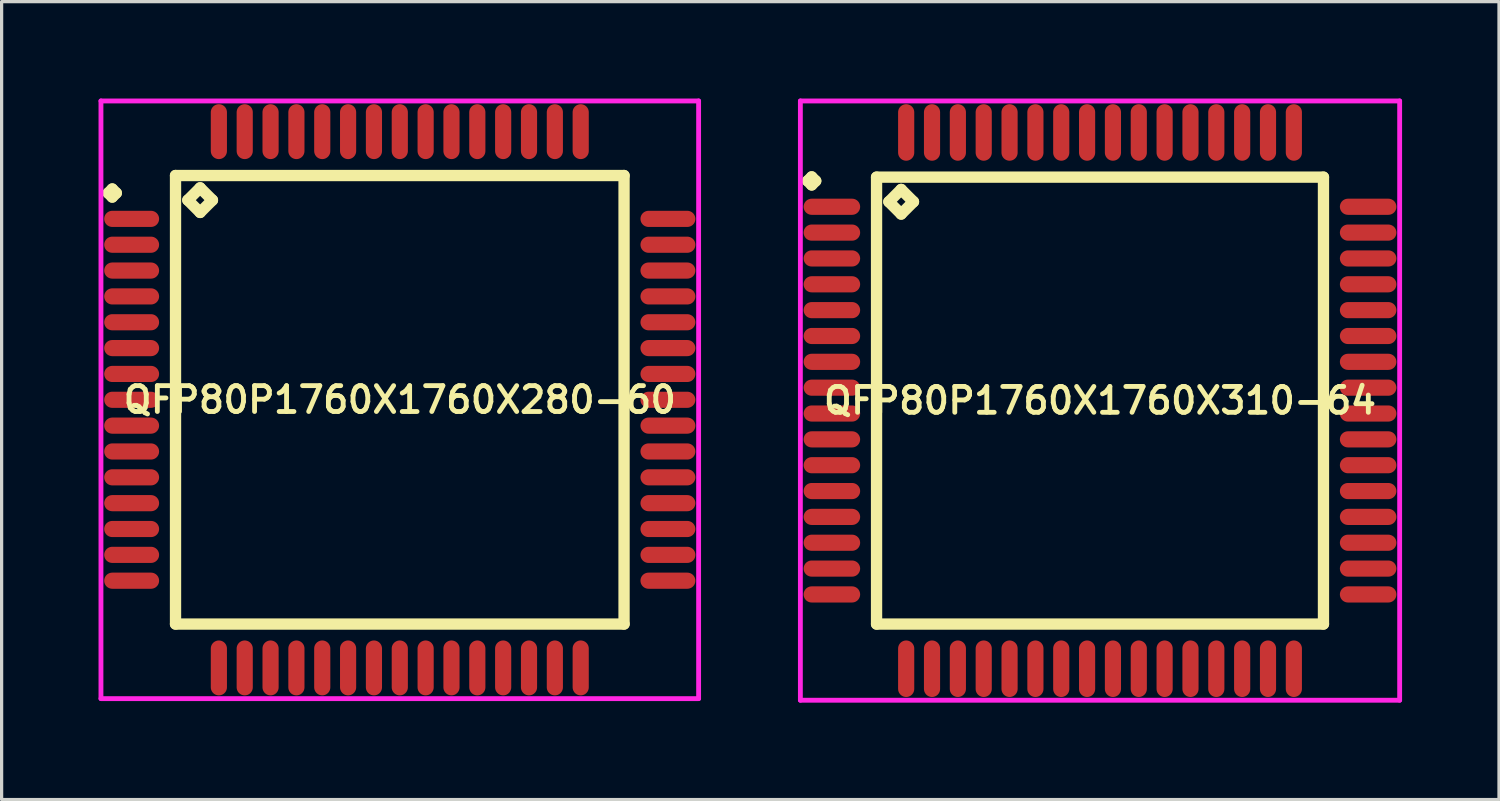
<source format=kicad_pcb>
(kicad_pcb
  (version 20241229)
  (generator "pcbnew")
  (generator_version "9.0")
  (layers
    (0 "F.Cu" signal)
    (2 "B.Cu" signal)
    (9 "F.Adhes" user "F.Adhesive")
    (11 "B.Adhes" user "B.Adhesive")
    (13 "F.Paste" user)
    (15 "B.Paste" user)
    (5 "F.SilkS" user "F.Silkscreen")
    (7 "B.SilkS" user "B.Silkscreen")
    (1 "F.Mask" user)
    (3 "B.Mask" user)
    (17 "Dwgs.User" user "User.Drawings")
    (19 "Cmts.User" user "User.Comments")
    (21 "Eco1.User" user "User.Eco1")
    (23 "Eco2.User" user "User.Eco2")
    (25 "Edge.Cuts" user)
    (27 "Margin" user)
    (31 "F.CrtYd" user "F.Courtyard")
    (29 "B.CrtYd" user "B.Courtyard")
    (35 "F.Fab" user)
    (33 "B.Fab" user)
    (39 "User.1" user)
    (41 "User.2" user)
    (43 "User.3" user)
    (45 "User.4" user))
  (footprint "QFP80P1760X1760X280-60"
    (layer "F.Cu")
    (at 9.325 9.325)
    (property "Reference" "QFP80P1760X1760X280-60" (at 0 0 0) (layer "F.SilkS") (effects (font (size 0.8 0.8) (thickness 0.15))))
    (attr smd)
    (fp_line (start -9.025 -6.4) (end -8.9 -6.525) (stroke (width 0.35) (type solid)) (layer "F.SilkS"))
    (fp_line (start -8.9 -6.525) (end -8.775 -6.4) (stroke (width 0.35) (type solid)) (layer "F.SilkS"))
    (fp_line (start -8.9 -6.275) (end -9.025 -6.4) (stroke (width 0.35) (type solid)) (layer "F.SilkS"))
    (fp_line (start -8.775 -6.4) (end -8.9 -6.275) (stroke (width 0.35) (type solid)) (layer "F.SilkS"))
    (fp_line (start -6.942 -6.942) (end -6.942 6.942) (stroke (width 0.35) (type solid)) (layer "F.SilkS"))
    (fp_line (start -6.942 6.942) (end 6.942 6.942) (stroke (width 0.35) (type solid)) (layer "F.SilkS"))
    (fp_line (start -6.561 -6.18) (end -6.18 -6.561) (stroke (width 0.35) (type solid)) (layer "F.SilkS"))
    (fp_line (start -6.18 -6.561) (end -5.799 -6.18) (stroke (width 0.35) (type solid)) (layer "F.SilkS"))
    (fp_line (start -6.18 -5.799) (end -6.561 -6.18) (stroke (width 0.35) (type solid)) (layer "F.SilkS"))
    (fp_line (start -5.799 -6.18) (end -6.18 -5.799) (stroke (width 0.35) (type solid)) (layer "F.SilkS"))
    (fp_line (start 6.942 -6.942) (end -6.942 -6.942) (stroke (width 0.35) (type solid)) (layer "F.SilkS"))
    (fp_line (start 6.942 6.942) (end 6.942 -6.942) (stroke (width 0.35) (type solid)) (layer "F.SilkS"))
    (fp_line (start -9.25 -9.25) (end 9.25 -9.25) (stroke (width 0.15) (type solid)) (layer "F.CrtYd"))
    (fp_line (start -9.25 9.25) (end -9.25 -9.25) (stroke (width 0.15) (type solid)) (layer "F.CrtYd"))
    (fp_line (start 9.25 -9.25) (end 9.25 9.25) (stroke (width 0.15) (type solid)) (layer "F.CrtYd"))
    (fp_line (start 9.25 9.25) (end -9.25 9.25) (stroke (width 0.15) (type solid)) (layer "F.CrtYd"))
    (pad "1" smd oval (at -8.3 -5.6) (size 1.7 0.5) (layers "F.Cu" "F.Mask" "F.Paste"))
    (pad "2" smd oval (at -8.3 -4.8) (size 1.7 0.5) (layers "F.Cu" "F.Mask" "F.Paste"))
    (pad "3" smd oval (at -8.3 -4) (size 1.7 0.5) (layers "F.Cu" "F.Mask" "F.Paste"))
    (pad "4" smd oval (at -8.3 -3.2) (size 1.7 0.5) (layers "F.Cu" "F.Mask" "F.Paste"))
    (pad "5" smd oval (at -8.3 -2.4) (size 1.7 0.5) (layers "F.Cu" "F.Mask" "F.Paste"))
    (pad "6" smd oval (at -8.3 -1.6) (size 1.7 0.5) (layers "F.Cu" "F.Mask" "F.Paste"))
    (pad "7" smd oval (at -8.3 -0.8) (size 1.7 0.5) (layers "F.Cu" "F.Mask" "F.Paste"))
    (pad "8" smd oval (at -8.3 0) (size 1.7 0.5) (layers "F.Cu" "F.Mask" "F.Paste"))
    (pad "9" smd oval (at -8.3 0.8) (size 1.7 0.5) (layers "F.Cu" "F.Mask" "F.Paste"))
    (pad "10" smd oval (at -8.3 1.6) (size 1.7 0.5) (layers "F.Cu" "F.Mask" "F.Paste"))
    (pad "11" smd oval (at -8.3 2.4) (size 1.7 0.5) (layers "F.Cu" "F.Mask" "F.Paste"))
    (pad "12" smd oval (at -8.3 3.2) (size 1.7 0.5) (layers "F.Cu" "F.Mask" "F.Paste"))
    (pad "13" smd oval (at -8.3 4) (size 1.7 0.5) (layers "F.Cu" "F.Mask" "F.Paste"))
    (pad "14" smd oval (at -8.3 4.8) (size 1.7 0.5) (layers "F.Cu" "F.Mask" "F.Paste"))
    (pad "15" smd oval (at -8.3 5.6) (size 1.7 0.5) (layers "F.Cu" "F.Mask" "F.Paste"))
    (pad "16" smd oval (at -5.6 8.3) (size 0.5 1.7) (layers "F.Cu" "F.Mask" "F.Paste"))
    (pad "17" smd oval (at -4.8 8.3) (size 0.5 1.7) (layers "F.Cu" "F.Mask" "F.Paste"))
    (pad "18" smd oval (at -4 8.3) (size 0.5 1.7) (layers "F.Cu" "F.Mask" "F.Paste"))
    (pad "19" smd oval (at -3.2 8.3) (size 0.5 1.7) (layers "F.Cu" "F.Mask" "F.Paste"))
    (pad "20" smd oval (at -2.4 8.3) (size 0.5 1.7) (layers "F.Cu" "F.Mask" "F.Paste"))
    (pad "21" smd oval (at -1.6 8.3) (size 0.5 1.7) (layers "F.Cu" "F.Mask" "F.Paste"))
    (pad "22" smd oval (at -0.8 8.3) (size 0.5 1.7) (layers "F.Cu" "F.Mask" "F.Paste"))
    (pad "23" smd oval (at 0 8.3) (size 0.5 1.7) (layers "F.Cu" "F.Mask" "F.Paste"))
    (pad "24" smd oval (at 0.8 8.3) (size 0.5 1.7) (layers "F.Cu" "F.Mask" "F.Paste"))
    (pad "25" smd oval (at 1.6 8.3) (size 0.5 1.7) (layers "F.Cu" "F.Mask" "F.Paste"))
    (pad "26" smd oval (at 2.4 8.3) (size 0.5 1.7) (layers "F.Cu" "F.Mask" "F.Paste"))
    (pad "27" smd oval (at 3.2 8.3) (size 0.5 1.7) (layers "F.Cu" "F.Mask" "F.Paste"))
    (pad "28" smd oval (at 4 8.3) (size 0.5 1.7) (layers "F.Cu" "F.Mask" "F.Paste"))
    (pad "29" smd oval (at 4.8 8.3) (size 0.5 1.7) (layers "F.Cu" "F.Mask" "F.Paste"))
    (pad "30" smd oval (at 5.6 8.3) (size 0.5 1.7) (layers "F.Cu" "F.Mask" "F.Paste"))
    (pad "31" smd oval (at 8.3 5.6) (size 1.7 0.5) (layers "F.Cu" "F.Mask" "F.Paste"))
    (pad "32" smd oval (at 8.3 4.8) (size 1.7 0.5) (layers "F.Cu" "F.Mask" "F.Paste"))
    (pad "33" smd oval (at 8.3 4) (size 1.7 0.5) (layers "F.Cu" "F.Mask" "F.Paste"))
    (pad "34" smd oval (at 8.3 3.2) (size 1.7 0.5) (layers "F.Cu" "F.Mask" "F.Paste"))
    (pad "35" smd oval (at 8.3 2.4) (size 1.7 0.5) (layers "F.Cu" "F.Mask" "F.Paste"))
    (pad "36" smd oval (at 8.3 1.6) (size 1.7 0.5) (layers "F.Cu" "F.Mask" "F.Paste"))
    (pad "37" smd oval (at 8.3 0.8) (size 1.7 0.5) (layers "F.Cu" "F.Mask" "F.Paste"))
    (pad "38" smd oval (at 8.3 0) (size 1.7 0.5) (layers "F.Cu" "F.Mask" "F.Paste"))
    (pad "39" smd oval (at 8.3 -0.8) (size 1.7 0.5) (layers "F.Cu" "F.Mask" "F.Paste"))
    (pad "40" smd oval (at 8.3 -1.6) (size 1.7 0.5) (layers "F.Cu" "F.Mask" "F.Paste"))
    (pad "41" smd oval (at 8.3 -2.4) (size 1.7 0.5) (layers "F.Cu" "F.Mask" "F.Paste"))
    (pad "42" smd oval (at 8.3 -3.2) (size 1.7 0.5) (layers "F.Cu" "F.Mask" "F.Paste"))
    (pad "43" smd oval (at 8.3 -4) (size 1.7 0.5) (layers "F.Cu" "F.Mask" "F.Paste"))
    (pad "44" smd oval (at 8.3 -4.8) (size 1.7 0.5) (layers "F.Cu" "F.Mask" "F.Paste"))
    (pad "45" smd oval (at 8.3 -5.6) (size 1.7 0.5) (layers "F.Cu" "F.Mask" "F.Paste"))
    (pad "46" smd oval (at 5.6 -8.3) (size 0.5 1.7) (layers "F.Cu" "F.Mask" "F.Paste"))
    (pad "47" smd oval (at 4.8 -8.3) (size 0.5 1.7) (layers "F.Cu" "F.Mask" "F.Paste"))
    (pad "48" smd oval (at 4 -8.3) (size 0.5 1.7) (layers "F.Cu" "F.Mask" "F.Paste"))
    (pad "49" smd oval (at 3.2 -8.3) (size 0.5 1.7) (layers "F.Cu" "F.Mask" "F.Paste"))
    (pad "50" smd oval (at 2.4 -8.3) (size 0.5 1.7) (layers "F.Cu" "F.Mask" "F.Paste"))
    (pad "51" smd oval (at 1.6 -8.3) (size 0.5 1.7) (layers "F.Cu" "F.Mask" "F.Paste"))
    (pad "52" smd oval (at 0.8 -8.3) (size 0.5 1.7) (layers "F.Cu" "F.Mask" "F.Paste"))
    (pad "53" smd oval (at 0 -8.3) (size 0.5 1.7) (layers "F.Cu" "F.Mask" "F.Paste"))
    (pad "54" smd oval (at -0.8 -8.3) (size 0.5 1.7) (layers "F.Cu" "F.Mask" "F.Paste"))
    (pad "55" smd oval (at -1.6 -8.3) (size 0.5 1.7) (layers "F.Cu" "F.Mask" "F.Paste"))
    (pad "56" smd oval (at -2.4 -8.3) (size 0.5 1.7) (layers "F.Cu" "F.Mask" "F.Paste"))
    (pad "57" smd oval (at -3.2 -8.3) (size 0.5 1.7) (layers "F.Cu" "F.Mask" "F.Paste"))
    (pad "58" smd oval (at -4 -8.3) (size 0.5 1.7) (layers "F.Cu" "F.Mask" "F.Paste"))
    (pad "59" smd oval (at -4.8 -8.3) (size 0.5 1.7) (layers "F.Cu" "F.Mask" "F.Paste"))
    (pad "60" smd oval (at -5.6 -8.3) (size 0.5 1.7) (layers "F.Cu" "F.Mask" "F.Paste")))
  (footprint "QFP80P1760X1760X310-64"
    (layer "F.Cu")
    (at 31 9.35)
    (property "Reference" "QFP80P1760X1760X310-64" (at 0 0 0) (layer "F.SilkS") (effects (font (size 0.8 0.8) (thickness 0.15))))
    (attr through_hole)
    (fp_line (start -9.05 -6.8) (end -8.925 -6.925) (stroke (width 0.35) (type solid)) (layer "F.SilkS"))
    (fp_line (start -8.925 -6.925) (end -8.8 -6.8) (stroke (width 0.35) (type solid)) (layer "F.SilkS"))
    (fp_line (start -8.925 -6.675) (end -9.05 -6.8) (stroke (width 0.35) (type solid)) (layer "F.SilkS"))
    (fp_line (start -8.8 -6.8) (end -8.925 -6.675) (stroke (width 0.35) (type solid)) (layer "F.SilkS"))
    (fp_line (start -6.917 -6.917) (end -6.917 6.917) (stroke (width 0.35) (type solid)) (layer "F.SilkS"))
    (fp_line (start -6.917 6.917) (end 6.917 6.917) (stroke (width 0.35) (type solid)) (layer "F.SilkS"))
    (fp_line (start -6.536 -6.155) (end -6.155 -6.536) (stroke (width 0.35) (type solid)) (layer "F.SilkS"))
    (fp_line (start -6.155 -6.536) (end -5.774 -6.155) (stroke (width 0.35) (type solid)) (layer "F.SilkS"))
    (fp_line (start -6.155 -5.774) (end -6.536 -6.155) (stroke (width 0.35) (type solid)) (layer "F.SilkS"))
    (fp_line (start -5.774 -6.155) (end -6.155 -5.774) (stroke (width 0.35) (type solid)) (layer "F.SilkS"))
    (fp_line (start 6.917 -6.917) (end -6.917 -6.917) (stroke (width 0.35) (type solid)) (layer "F.SilkS"))
    (fp_line (start 6.917 6.917) (end 6.917 -6.917) (stroke (width 0.35) (type solid)) (layer "F.SilkS"))
    (fp_line (start -9.275 -9.275) (end 9.275 -9.275) (stroke (width 0.15) (type solid)) (layer "F.CrtYd"))
    (fp_line (start -9.275 9.275) (end -9.275 -9.275) (stroke (width 0.15) (type solid)) (layer "F.CrtYd"))
    (fp_line (start 9.275 -9.275) (end 9.275 9.275) (stroke (width 0.15) (type solid)) (layer "F.CrtYd"))
    (fp_line (start 9.275 9.275) (end -9.275 9.275) (stroke (width 0.15) (type solid)) (layer "F.CrtYd"))
    (pad "1" smd oval (at -8.3 -6) (size 1.75 0.5) (layers "F.Cu" "F.Mask" "F.Paste"))
    (pad "2" smd oval (at -8.3 -5.2) (size 1.75 0.5) (layers "F.Cu" "F.Mask" "F.Paste"))
    (pad "3" smd oval (at -8.3 -4.4) (size 1.75 0.5) (layers "F.Cu" "F.Mask" "F.Paste"))
    (pad "4" smd oval (at -8.3 -3.6) (size 1.75 0.5) (layers "F.Cu" "F.Mask" "F.Paste"))
    (pad "5" smd oval (at -8.3 -2.8) (size 1.75 0.5) (layers "F.Cu" "F.Mask" "F.Paste"))
    (pad "6" smd oval (at -8.3 -2) (size 1.75 0.5) (layers "F.Cu" "F.Mask" "F.Paste"))
    (pad "7" smd oval (at -8.3 -1.2) (size 1.75 0.5) (layers "F.Cu" "F.Mask" "F.Paste"))
    (pad "8" smd oval (at -8.3 -0.4) (size 1.75 0.5) (layers "F.Cu" "F.Mask" "F.Paste"))
    (pad "9" smd oval (at -8.3 0.4) (size 1.75 0.5) (layers "F.Cu" "F.Mask" "F.Paste"))
    (pad "10" smd oval (at -8.3 1.2) (size 1.75 0.5) (layers "F.Cu" "F.Mask" "F.Paste"))
    (pad "11" smd oval (at -8.3 2) (size 1.75 0.5) (layers "F.Cu" "F.Mask" "F.Paste"))
    (pad "12" smd oval (at -8.3 2.8) (size 1.75 0.5) (layers "F.Cu" "F.Mask" "F.Paste"))
    (pad "13" smd oval (at -8.3 3.6) (size 1.75 0.5) (layers "F.Cu" "F.Mask" "F.Paste"))
    (pad "14" smd oval (at -8.3 4.4) (size 1.75 0.5) (layers "F.Cu" "F.Mask" "F.Paste"))
    (pad "15" smd oval (at -8.3 5.2) (size 1.75 0.5) (layers "F.Cu" "F.Mask" "F.Paste"))
    (pad "16" smd oval (at -8.3 6) (size 1.75 0.5) (layers "F.Cu" "F.Mask" "F.Paste"))
    (pad "17" smd oval (at -6 8.3) (size 0.5 1.75) (layers "F.Cu" "F.Mask" "F.Paste"))
    (pad "18" smd oval (at -5.2 8.3) (size 0.5 1.75) (layers "F.Cu" "F.Mask" "F.Paste"))
    (pad "19" smd oval (at -4.4 8.3) (size 0.5 1.75) (layers "F.Cu" "F.Mask" "F.Paste"))
    (pad "20" smd oval (at -3.6 8.3) (size 0.5 1.75) (layers "F.Cu" "F.Mask" "F.Paste"))
    (pad "21" smd oval (at -2.8 8.3) (size 0.5 1.75) (layers "F.Cu" "F.Mask" "F.Paste"))
    (pad "22" smd oval (at -2 8.3) (size 0.5 1.75) (layers "F.Cu" "F.Mask" "F.Paste"))
    (pad "23" smd oval (at -1.2 8.3) (size 0.5 1.75) (layers "F.Cu" "F.Mask" "F.Paste"))
    (pad "24" smd oval (at -0.4 8.3) (size 0.5 1.75) (layers "F.Cu" "F.Mask" "F.Paste"))
    (pad "25" smd oval (at 0.4 8.3) (size 0.5 1.75) (layers "F.Cu" "F.Mask" "F.Paste"))
    (pad "26" smd oval (at 1.2 8.3) (size 0.5 1.75) (layers "F.Cu" "F.Mask" "F.Paste"))
    (pad "27" smd oval (at 2 8.3) (size 0.5 1.75) (layers "F.Cu" "F.Mask" "F.Paste"))
    (pad "28" smd oval (at 2.8 8.3) (size 0.5 1.75) (layers "F.Cu" "F.Mask" "F.Paste"))
    (pad "29" smd oval (at 3.6 8.3) (size 0.5 1.75) (layers "F.Cu" "F.Mask" "F.Paste"))
    (pad "30" smd oval (at 4.4 8.3) (size 0.5 1.75) (layers "F.Cu" "F.Mask" "F.Paste"))
    (pad "31" smd oval (at 5.2 8.3) (size 0.5 1.75) (layers "F.Cu" "F.Mask" "F.Paste"))
    (pad "32" smd oval (at 6 8.3) (size 0.5 1.75) (layers "F.Cu" "F.Mask" "F.Paste"))
    (pad "33" smd oval (at 8.3 6) (size 1.75 0.5) (layers "F.Cu" "F.Mask" "F.Paste"))
    (pad "34" smd oval (at 8.3 5.2) (size 1.75 0.5) (layers "F.Cu" "F.Mask" "F.Paste"))
    (pad "35" smd oval (at 8.3 4.4) (size 1.75 0.5) (layers "F.Cu" "F.Mask" "F.Paste"))
    (pad "36" smd oval (at 8.3 3.6) (size 1.75 0.5) (layers "F.Cu" "F.Mask" "F.Paste"))
    (pad "37" smd oval (at 8.3 2.8) (size 1.75 0.5) (layers "F.Cu" "F.Mask" "F.Paste"))
    (pad "38" smd oval (at 8.3 2) (size 1.75 0.5) (layers "F.Cu" "F.Mask" "F.Paste"))
    (pad "39" smd oval (at 8.3 1.2) (size 1.75 0.5) (layers "F.Cu" "F.Mask" "F.Paste"))
    (pad "40" smd oval (at 8.3 0.4) (size 1.75 0.5) (layers "F.Cu" "F.Mask" "F.Paste"))
    (pad "41" smd oval (at 8.3 -0.4) (size 1.75 0.5) (layers "F.Cu" "F.Mask" "F.Paste"))
    (pad "42" smd oval (at 8.3 -1.2) (size 1.75 0.5) (layers "F.Cu" "F.Mask" "F.Paste"))
    (pad "43" smd oval (at 8.3 -2) (size 1.75 0.5) (layers "F.Cu" "F.Mask" "F.Paste"))
    (pad "44" smd oval (at 8.3 -2.8) (size 1.75 0.5) (layers "F.Cu" "F.Mask" "F.Paste"))
    (pad "45" smd oval (at 8.3 -3.6) (size 1.75 0.5) (layers "F.Cu" "F.Mask" "F.Paste"))
    (pad "46" smd oval (at 8.3 -4.4) (size 1.75 0.5) (layers "F.Cu" "F.Mask" "F.Paste"))
    (pad "47" smd oval (at 8.3 -5.2) (size 1.75 0.5) (layers "F.Cu" "F.Mask" "F.Paste"))
    (pad "48" smd oval (at 8.3 -6) (size 1.75 0.5) (layers "F.Cu" "F.Mask" "F.Paste"))
    (pad "49" smd oval (at 6 -8.3) (size 0.5 1.75) (layers "F.Cu" "F.Mask" "F.Paste"))
    (pad "50" smd oval (at 5.2 -8.3) (size 0.5 1.75) (layers "F.Cu" "F.Mask" "F.Paste"))
    (pad "51" smd oval (at 4.4 -8.3) (size 0.5 1.75) (layers "F.Cu" "F.Mask" "F.Paste"))
    (pad "52" smd oval (at 3.6 -8.3) (size 0.5 1.75) (layers "F.Cu" "F.Mask" "F.Paste"))
    (pad "53" smd oval (at 2.8 -8.3) (size 0.5 1.75) (layers "F.Cu" "F.Mask" "F.Paste"))
    (pad "54" smd oval (at 2 -8.3) (size 0.5 1.75) (layers "F.Cu" "F.Mask" "F.Paste"))
    (pad "55" smd oval (at 1.2 -8.3) (size 0.5 1.75) (layers "F.Cu" "F.Mask" "F.Paste"))
    (pad "56" smd oval (at 0.4 -8.3) (size 0.5 1.75) (layers "F.Cu" "F.Mask" "F.Paste"))
    (pad "57" smd oval (at -0.4 -8.3) (size 0.5 1.75) (layers "F.Cu" "F.Mask" "F.Paste"))
    (pad "58" smd oval (at -1.2 -8.3) (size 0.5 1.75) (layers "F.Cu" "F.Mask" "F.Paste"))
    (pad "59" smd oval (at -2 -8.3) (size 0.5 1.75) (layers "F.Cu" "F.Mask" "F.Paste"))
    (pad "60" smd oval (at -2.8 -8.3) (size 0.5 1.75) (layers "F.Cu" "F.Mask" "F.Paste"))
    (pad "61" smd oval (at -3.6 -8.3) (size 0.5 1.75) (layers "F.Cu" "F.Mask" "F.Paste"))
    (pad "62" smd oval (at -4.4 -8.3) (size 0.5 1.75) (layers "F.Cu" "F.Mask" "F.Paste"))
    (pad "63" smd oval (at -5.2 -8.3) (size 0.5 1.75) (layers "F.Cu" "F.Mask" "F.Paste"))
    (pad "64" smd oval (at -6 -8.3) (size 0.5 1.75) (layers "F.Cu" "F.Mask" "F.Paste")))
  (gr_rect
    (start -3 -3)
    (end 43.35 21.7)
    (stroke (width 0.1) (type default))
    (fill no)
    (layer "Edge.Cuts")))
</source>
